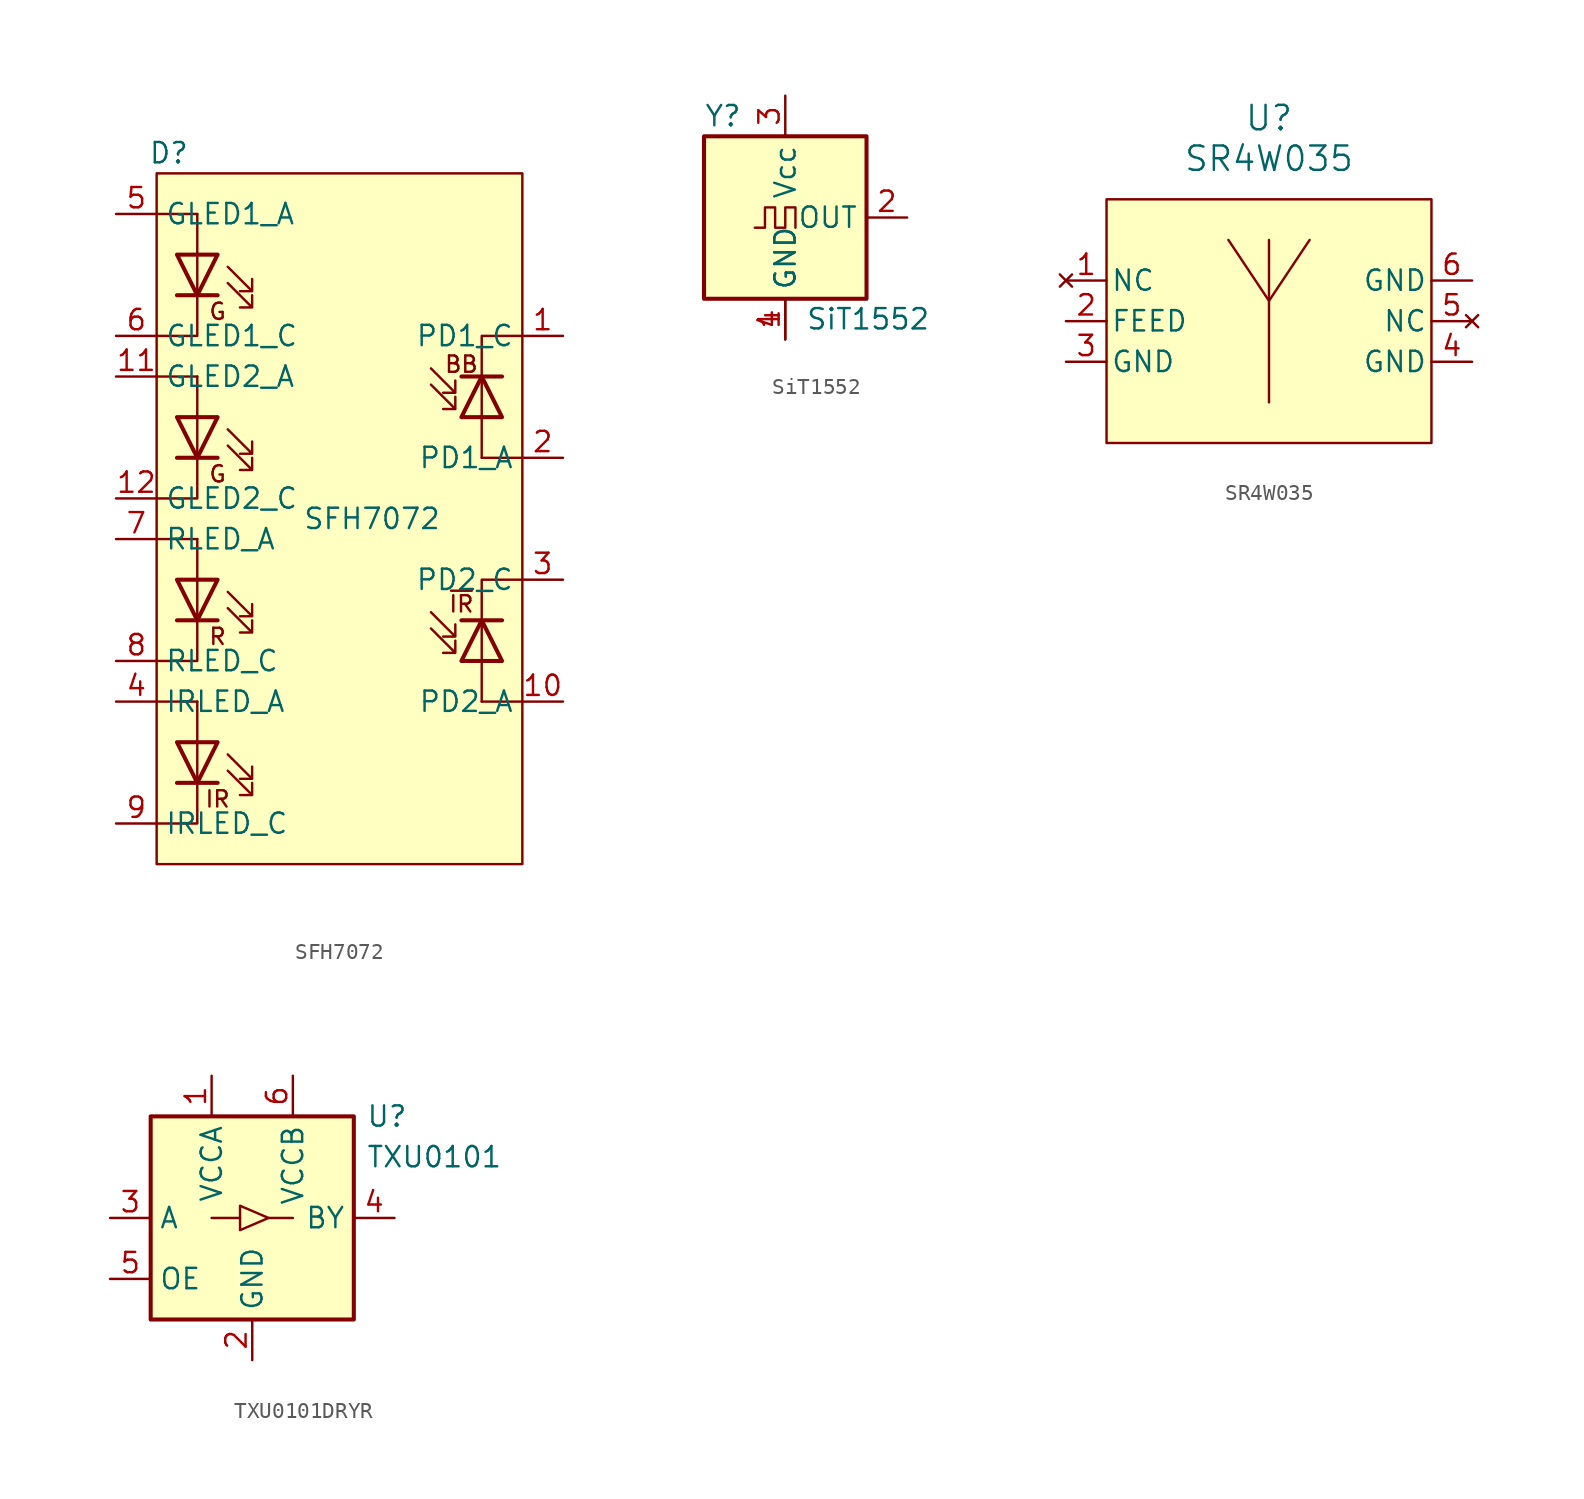
<source format=kicad_sym>
(kicad_symbol_lib
  (version 20241209)
  (generator "kicad_symbol_editor")
  (generator_version "9.0")
  (symbol "SFH7072"
    (property "Reference" "D"
      (at -10.668 22.86 0)
      (effects (font (size 1.27 1.27))))
    (property "Value" "SFH7072"
      (at 2.032 0 0)
      (effects (font (size 1.27 1.27))))
    (symbol "SFH7072_0_1"
      (rectangle (start -11.43 21.59) (end 11.43 -21.59) (stroke (width 0) (type default)) (fill (type background)))
      (polyline (pts (xy -11.43 19.05) (xy -8.89 19.05)) (stroke (width 0) (type default)) (fill (type none)))
      (polyline (pts (xy -11.43 11.43) (xy -8.89 11.43) (xy -8.89 13.97)) (stroke (width 0) (type default)) (fill (type none)))
      (polyline (pts (xy -11.43 8.89) (xy -8.89 8.89)) (stroke (width 0) (type default)) (fill (type none)))
      (polyline (pts (xy -11.43 1.27) (xy -8.89 1.27) (xy -8.89 3.81)) (stroke (width 0) (type default)) (fill (type none)))
      (polyline (pts (xy -11.43 -1.27) (xy -8.89 -1.27)) (stroke (width 0) (type default)) (fill (type none)))
      (polyline (pts (xy -11.43 -8.89) (xy -8.89 -8.89) (xy -8.89 -6.35)) (stroke (width 0) (type default)) (fill (type none)))
      (polyline (pts (xy -11.43 -11.43) (xy -8.89 -11.43)) (stroke (width 0) (type default)) (fill (type none)))
      (polyline (pts (xy -11.43 -19.05) (xy -8.89 -19.05) (xy -8.89 -16.51)) (stroke (width 0) (type default)) (fill (type none)))
      (polyline (pts (xy -10.16 16.51) (xy -7.62 16.51) (xy -8.89 13.97) (xy -10.16 16.51)) (stroke (width 0.254) (type default)) (fill (type none)))
      (polyline (pts (xy -10.16 13.97) (xy -7.62 13.97)) (stroke (width 0.254) (type default)) (fill (type none)))
      (polyline (pts (xy -10.16 6.35) (xy -7.62 6.35) (xy -8.89 3.81) (xy -10.16 6.35)) (stroke (width 0.254) (type default)) (fill (type none)))
      (polyline (pts (xy -10.16 3.81) (xy -7.62 3.81)) (stroke (width 0.254) (type default)) (fill (type none)))
      (polyline (pts (xy -10.16 -3.81) (xy -7.62 -3.81) (xy -8.89 -6.35) (xy -10.16 -3.81)) (stroke (width 0.254) (type default)) (fill (type none)))
      (polyline (pts (xy -10.16 -6.35) (xy -7.62 -6.35)) (stroke (width 0.254) (type default)) (fill (type none)))
      (polyline (pts (xy -10.16 -13.97) (xy -7.62 -13.97) (xy -8.89 -16.51) (xy -10.16 -13.97)) (stroke (width 0.254) (type default)) (fill (type none)))
      (polyline (pts (xy -10.16 -16.51) (xy -7.62 -16.51)) (stroke (width 0.254) (type default)) (fill (type none)))
      (polyline (pts (xy -8.89 16.51) (xy -8.89 19.05)) (stroke (width 0) (type default)) (fill (type none)))
      (polyline (pts (xy -8.89 16.51) (xy -8.89 13.97)) (stroke (width 0) (type default)) (fill (type none)))
      (polyline (pts (xy -8.89 6.35) (xy -8.89 8.89)) (stroke (width 0) (type default)) (fill (type none)))
      (polyline (pts (xy -8.89 6.35) (xy -8.89 3.81)) (stroke (width 0) (type default)) (fill (type none)))
      (polyline (pts (xy -8.89 -3.81) (xy -8.89 -1.27)) (stroke (width 0) (type default)) (fill (type none)))
      (polyline (pts (xy -8.89 -3.81) (xy -8.89 -6.35)) (stroke (width 0) (type default)) (fill (type none)))
      (polyline (pts (xy -8.89 -13.97) (xy -8.89 -11.43)) (stroke (width 0) (type default)) (fill (type none)))
      (polyline (pts (xy -8.89 -13.97) (xy -8.89 -16.51)) (stroke (width 0) (type default)) (fill (type none)))
      (polyline (pts (xy -6.985 15.748) (xy -5.461 14.224) (xy -5.461 14.986) (xy -5.461 14.224) (xy -6.223 14.224)) (stroke (width 0) (type default)) (fill (type none)))
      (polyline (pts (xy -6.985 14.732) (xy -5.461 13.208) (xy -5.461 13.97) (xy -5.461 13.208) (xy -6.223 13.208)) (stroke (width 0) (type default)) (fill (type none)))
      (polyline (pts (xy -6.985 5.588) (xy -5.461 4.064) (xy -5.461 4.826) (xy -5.461 4.064) (xy -6.223 4.064)) (stroke (width 0) (type default)) (fill (type none)))
      (polyline (pts (xy -6.985 4.572) (xy -5.461 3.048) (xy -5.461 3.81) (xy -5.461 3.048) (xy -6.223 3.048)) (stroke (width 0) (type default)) (fill (type none)))
      (polyline (pts (xy -6.985 -4.572) (xy -5.461 -6.096) (xy -5.461 -5.334) (xy -5.461 -6.096) (xy -6.223 -6.096)) (stroke (width 0) (type default)) (fill (type none)))
      (polyline (pts (xy -6.985 -5.588) (xy -5.461 -7.112) (xy -5.461 -6.35) (xy -5.461 -7.112) (xy -6.223 -7.112)) (stroke (width 0) (type default)) (fill (type none)))
      (polyline (pts (xy -6.985 -14.732) (xy -5.461 -16.256) (xy -5.461 -15.494) (xy -5.461 -16.256) (xy -6.223 -16.256)) (stroke (width 0) (type default)) (fill (type none)))
      (polyline (pts (xy -6.985 -15.748) (xy -5.461 -17.272) (xy -5.461 -16.51) (xy -5.461 -17.272) (xy -6.223 -17.272)) (stroke (width 0) (type default)) (fill (type none)))
      (polyline (pts (xy 5.715 9.398) (xy 7.239 7.874) (xy 7.239 8.636) (xy 7.239 7.874) (xy 6.477 7.874)) (stroke (width 0) (type default)) (fill (type none)))
      (polyline (pts (xy 5.715 8.382) (xy 7.239 6.858) (xy 7.239 7.62) (xy 7.239 6.858) (xy 6.477 6.858)) (stroke (width 0) (type default)) (fill (type none)))
      (polyline (pts (xy 5.715 -5.842) (xy 7.239 -7.366) (xy 7.239 -6.604) (xy 7.239 -7.366) (xy 6.477 -7.366)) (stroke (width 0) (type default)) (fill (type none)))
      (polyline (pts (xy 5.715 -6.858) (xy 7.239 -8.382) (xy 7.239 -7.62) (xy 7.239 -8.382) (xy 6.477 -8.382)) (stroke (width 0) (type default)) (fill (type none)))
      (polyline (pts (xy 8.89 6.35) (xy 8.89 8.89)) (stroke (width 0) (type default)) (fill (type none)))
      (polyline (pts (xy 8.89 6.35) (xy 8.89 3.81)) (stroke (width 0) (type default)) (fill (type none)))
      (polyline (pts (xy 8.89 -8.89) (xy 8.89 -6.35)) (stroke (width 0) (type default)) (fill (type none)))
      (polyline (pts (xy 8.89 -8.89) (xy 8.89 -11.43)) (stroke (width 0) (type default)) (fill (type none)))
      (polyline (pts (xy 10.16 8.89) (xy 7.62 8.89)) (stroke (width 0.254) (type default)) (fill (type none)))
      (polyline (pts (xy 10.16 6.35) (xy 7.62 6.35) (xy 8.89 8.89) (xy 10.16 6.35)) (stroke (width 0.254) (type default)) (fill (type none)))
      (polyline (pts (xy 10.16 -6.35) (xy 7.62 -6.35)) (stroke (width 0.254) (type default)) (fill (type none)))
      (polyline (pts (xy 10.16 -8.89) (xy 7.62 -8.89) (xy 8.89 -6.35) (xy 10.16 -8.89)) (stroke (width 0.254) (type default)) (fill (type none)))
      (polyline (pts (xy 11.43 11.43) (xy 8.89 11.43) (xy 8.89 8.89)) (stroke (width 0) (type default)) (fill (type none)))
      (polyline (pts (xy 11.43 3.81) (xy 8.89 3.81)) (stroke (width 0) (type default)) (fill (type none)))
      (polyline (pts (xy 11.43 -3.81) (xy 8.89 -3.81) (xy 8.89 -6.35)) (stroke (width 0) (type default)) (fill (type none)))
      (polyline (pts (xy 11.43 -11.43) (xy 8.89 -11.43)) (stroke (width 0) (type default)) (fill (type none))))
    (symbol "SFH7072_1_1"
      (text "G" (at -7.62 12.954 0) (effects (font (size 1.016 1.016))))
      (text "G" (at -7.62 2.794 0) (effects (font (size 1.016 1.016))))
      (text "R" (at -7.62 -7.366 0) (effects (font (size 1.016 1.016))))
      (text "IR" (at -7.62 -17.526 0) (effects (font (size 1.016 1.016))))
      (text "BB" (at 7.62 9.652 0) (effects (font (size 1.016 1.016))))
      (text "~{IR}" (at 7.62 -5.334 0) (effects (font (size 1.016 1.016))))
      (pin passive line (at -13.97 19.05 0) (length 2.54) (name "GLED1_A" (effects (font (size 1.27 1.27)))) (number "5" (effects (font (size 1.27 1.27)))))
      (pin passive line (at -13.97 11.43 0) (length 2.54) (name "GLED1_C" (effects (font (size 1.27 1.27)))) (number "6" (effects (font (size 1.27 1.27)))))
      (pin passive line (at -13.97 8.89 0) (length 2.54) (name "GLED2_A" (effects (font (size 1.27 1.27)))) (number "11" (effects (font (size 1.27 1.27)))))
      (pin passive line (at -13.97 1.27 0) (length 2.54) (name "GLED2_C" (effects (font (size 1.27 1.27)))) (number "12" (effects (font (size 1.27 1.27)))))
      (pin passive line (at -13.97 -1.27 0) (length 2.54) (name "RLED_A" (effects (font (size 1.27 1.27)))) (number "7" (effects (font (size 1.27 1.27)))))
      (pin passive line (at -13.97 -8.89 0) (length 2.54) (name "RLED_C" (effects (font (size 1.27 1.27)))) (number "8" (effects (font (size 1.27 1.27)))))
      (pin passive line (at -13.97 -11.43 0) (length 2.54) (name "IRLED_A" (effects (font (size 1.27 1.27)))) (number "4" (effects (font (size 1.27 1.27)))))
      (pin passive line (at -13.97 -19.05 0) (length 2.54) (name "IRLED_C" (effects (font (size 1.27 1.27)))) (number "9" (effects (font (size 1.27 1.27)))))
      (pin passive line (at 13.97 11.43 180) (length 2.54) (name "PD1_C" (effects (font (size 1.27 1.27)))) (number "1" (effects (font (size 1.27 1.27)))))
      (pin passive line (at 13.97 3.81 180) (length 2.54) (name "PD1_A" (effects (font (size 1.27 1.27)))) (number "2" (effects (font (size 1.27 1.27)))))
      (pin passive line (at 13.97 -3.81 180) (length 2.54) (name "PD2_C" (effects (font (size 1.27 1.27)))) (number "3" (effects (font (size 1.27 1.27)))))
      (pin passive line (at 13.97 -11.43 180) (length 2.54) (name "PD2_A" (effects (font (size 1.27 1.27)))) (number "10" (effects (font (size 1.27 1.27)))))))
  (symbol "SiT1552"
    (property "Reference" "Y"
      (at -5.08 6.35 0)
      (effects (font (size 1.27 1.27)) (justify left)))
    (property "Value" "SiT1552"
      (at 1.27 -6.35 0)
      (effects (font (size 1.27 1.27)) (justify left)))
    (symbol "SiT1552_0_1"
      (rectangle (start -5.08 5.08) (end 5.08 -5.08) (stroke (width 0.254) (type default)) (fill (type background)))
      (polyline (pts (xy -1.905 -0.635) (xy -1.27 -0.635) (xy -1.27 0.635) (xy -0.635 0.635) (xy -0.635 -0.635) (xy 0 -0.635) (xy 0 0.635) (xy 0.635 0.635) (xy 0.635 -0.635)) (stroke (width 0) (type default)) (fill (type none))))
    (symbol "SiT1552_1_1"
      (pin no_connect line (at -5.08 0 0) (length 2.54) (hide yes) (name "NC" (effects (font (size 1.27 1.27)))) (number "1" (effects (font (size 1.27 1.27)))))
      (pin power_in line (at 0 7.62 270) (length 2.54) (name "Vcc" (effects (font (size 1.27 1.27)))) (number "3" (effects (font (size 1.27 1.27)))))
      (pin power_in line (at 0 -7.62 90) (length 2.54) (name "GND" (effects (font (size 1.27 1.27)))) (number "1" (effects (font (size 1.27 1.27)))))
      (pin power_in line (at 0 -7.62 90) (length 2.54) (name "GND" (effects (font (size 1.27 1.27)))) (number "4" (effects (font (size 1.27 1.27)))))
      (pin output line (at 7.62 0 180) (length 2.54) (name "OUT" (effects (font (size 1.27 1.27)))) (number "2" (effects (font (size 1.27 1.27)))))))
  (symbol "SR4W035"
    (pin_names
      (offset 0.254))
    (property "Reference" "U"
      (at 20.32 10.16 0)
      (effects (font (size 1.524 1.524))))
    (property "Value" "SR4W035"
      (at 20.32 7.62 0)
      (effects (font (size 1.524 1.524))))
    (symbol "SR4W035_0_1"
      (rectangle (start 10.16 5.08) (end 30.48 -10.16) (stroke (width 0) (type default)) (fill (type background)))
      (pin no_connect line (at 7.62 0 0) (length 2.54) (name "NC" (effects (font (size 1.27 1.27)))) (number "1" (effects (font (size 1.27 1.27)))))
      (pin unspecified line (at 7.62 -2.54 0) (length 2.54) (name "FEED" (effects (font (size 1.27 1.27)))) (number "2" (effects (font (size 1.27 1.27)))))
      (pin power_out line (at 7.62 -5.08 0) (length 2.54) (name "GND" (effects (font (size 1.27 1.27)))) (number "3" (effects (font (size 1.27 1.27)))))
      (pin power_out line (at 33.02 0 180) (length 2.54) (name "GND" (effects (font (size 1.27 1.27)))) (number "6" (effects (font (size 1.27 1.27)))))
      (pin no_connect line (at 33.02 -2.54 180) (length 2.54) (name "NC" (effects (font (size 1.27 1.27)))) (number "5" (effects (font (size 1.27 1.27)))))
      (pin power_out line (at 33.02 -5.08 180) (length 2.54) (name "GND" (effects (font (size 1.27 1.27)))) (number "4" (effects (font (size 1.27 1.27))))))
    (symbol "SR4W035_1_1"
      (polyline (pts (xy 20.32 2.54) (xy 20.32 -7.62)) (stroke (width 0) (type default)) (fill (type none)))
      (polyline (pts (xy 22.86 2.54) (xy 20.32 -1.27) (xy 17.78 2.54)) (stroke (width 0) (type default)) (fill (type none)))))
  (symbol "TXU0101DRYR"
    (property "Reference" "U"
      (at 7.112 6.35 0)
      (effects (font (size 1.27 1.27)) (justify left)))
    (property "Value" "TXU0101"
      (at 7.112 3.81 0)
      (effects (font (size 1.27 1.27)) (justify left)))
    (symbol "TXU0101DRYR_0_1"
      (rectangle (start -6.35 6.35) (end 6.35 -6.35) (stroke (width 0.254) (type default)) (fill (type background)))
      (polyline (pts (xy -0.762 0) (xy -2.54 0)) (stroke (width 0) (type default)) (fill (type none)))
      (polyline (pts (xy 1.016 0) (xy 2.54 0)) (stroke (width 0) (type default)) (fill (type none))))
    (symbol "TXU0101DRYR_1_1"
      (polyline (pts (xy -0.762 -0.762) (xy -0.762 0.762) (xy 1.016 0) (xy -0.762 -0.762)) (stroke (width 0) (type default)) (fill (type none)))
      (pin input line (at -8.89 0 0) (length 2.54) (name "A" (effects (font (size 1.27 1.27)))) (number "3" (effects (font (size 1.27 1.27)))))
      (pin input line (at -8.89 -3.81 0) (length 2.54) (name "OE" (effects (font (size 1.27 1.27)))) (number "5" (effects (font (size 1.27 1.27)))))
      (pin power_in line (at -2.54 8.89 270) (length 2.54) (name "VCCA" (effects (font (size 1.27 1.27)))) (number "1" (effects (font (size 1.27 1.27)))))
      (pin power_in line (at 0 -8.89 90) (length 2.54) (name "GND" (effects (font (size 1.27 1.27)))) (number "2" (effects (font (size 1.27 1.27)))))
      (pin power_in line (at 2.54 8.89 270) (length 2.54) (name "VCCB" (effects (font (size 1.27 1.27)))) (number "6" (effects (font (size 1.27 1.27)))))
      (pin output line (at 8.89 0 180) (length 2.54) (name "BY" (effects (font (size 1.27 1.27)))) (number "4" (effects (font (size 1.27 1.27))))))))
</source>
